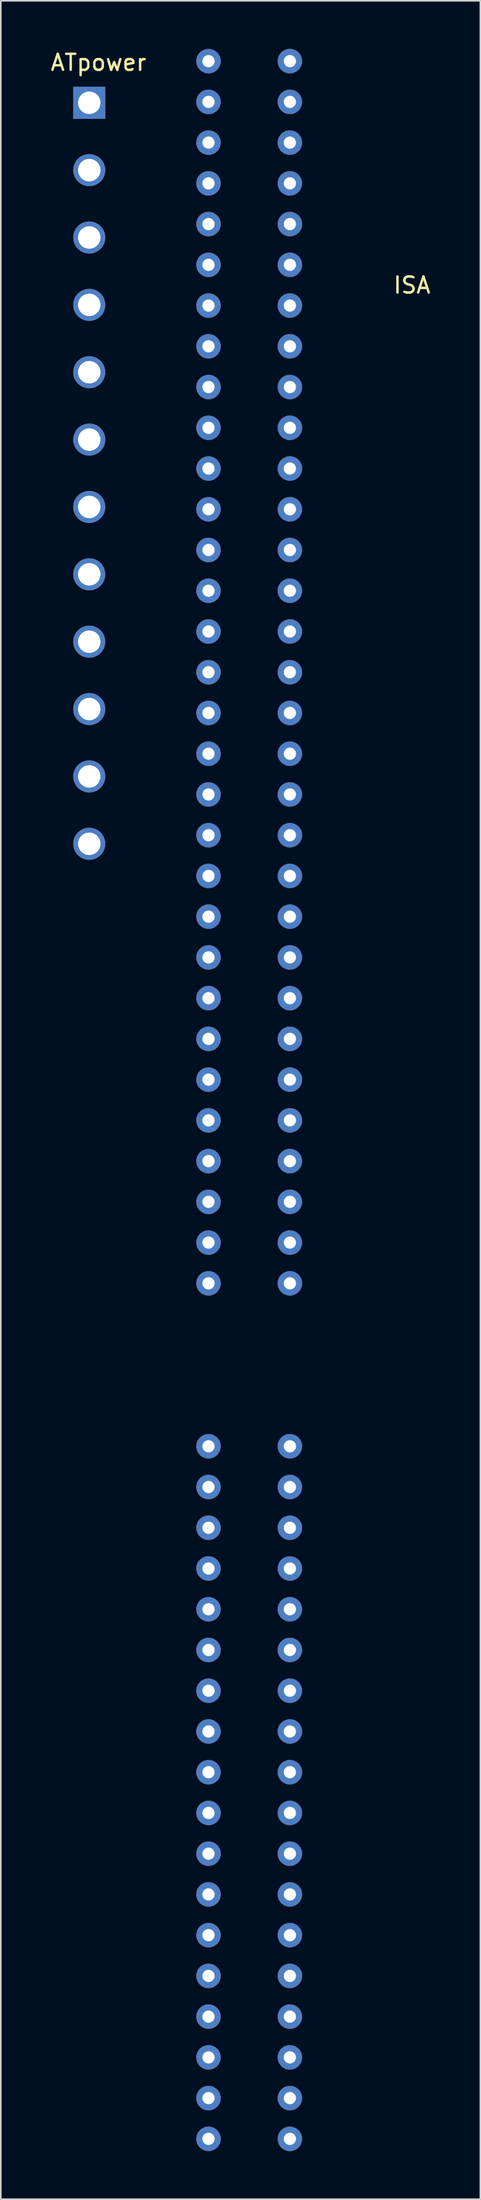
<source format=kicad_pcb>
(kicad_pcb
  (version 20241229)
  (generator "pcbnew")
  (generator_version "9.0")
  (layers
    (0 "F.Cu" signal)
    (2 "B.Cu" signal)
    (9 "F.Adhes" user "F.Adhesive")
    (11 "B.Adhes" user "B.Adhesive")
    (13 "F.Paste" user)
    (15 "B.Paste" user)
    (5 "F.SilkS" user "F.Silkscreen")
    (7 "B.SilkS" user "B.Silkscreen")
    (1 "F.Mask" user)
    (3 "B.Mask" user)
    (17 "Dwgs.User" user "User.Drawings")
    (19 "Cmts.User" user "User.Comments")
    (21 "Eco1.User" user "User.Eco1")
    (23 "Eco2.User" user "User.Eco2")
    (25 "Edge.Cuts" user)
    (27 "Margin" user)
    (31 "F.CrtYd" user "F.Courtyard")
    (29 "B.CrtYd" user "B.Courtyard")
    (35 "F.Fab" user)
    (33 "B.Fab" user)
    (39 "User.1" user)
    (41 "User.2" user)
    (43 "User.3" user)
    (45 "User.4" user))
  (footprint "ATpower"
    (layer "F.Cu")
    (at 3.101 0.348)
    (property "Reference" "ATpower" (at 0 0.5 0) (layer "F.SilkS") (effects (font (size 1 1) (thickness 0.15))))
    (attr through_hole)
    (pad "1" thru_hole rect (at -0.58 3.01) (size 2 2) (drill 1.4) (layers "*.Cu" "*.Mask"))
    (pad "2" thru_hole circle (at -0.58 7.21) (size 2 2) (drill 1.4) (layers "*.Cu" "*.Mask"))
    (pad "3" thru_hole circle (at -0.58 11.41) (size 2 2) (drill 1.4) (layers "*.Cu" "*.Mask"))
    (pad "4" thru_hole circle (at -0.58 15.61) (size 2 2) (drill 1.4) (layers "*.Cu" "*.Mask"))
    (pad "5" thru_hole circle (at -0.58 19.81) (size 2 2) (drill 1.4) (layers "*.Cu" "*.Mask"))
    (pad "6" thru_hole circle (at -0.58 24.01) (size 2 2) (drill 1.4) (layers "*.Cu" "*.Mask"))
    (pad "7" thru_hole circle (at -0.58 28.21) (size 2 2) (drill 1.4) (layers "*.Cu" "*.Mask"))
    (pad "8" thru_hole circle (at -0.58 32.41) (size 2 2) (drill 1.4) (layers "*.Cu" "*.Mask"))
    (pad "9" thru_hole circle (at -0.58 36.61) (size 2 2) (drill 1.4) (layers "*.Cu" "*.Mask"))
    (pad "10" thru_hole circle (at -0.58 40.81) (size 2 2) (drill 1.4) (layers "*.Cu" "*.Mask"))
    (pad "11" thru_hole circle (at -0.58 45.01) (size 2 2) (drill 1.4) (layers "*.Cu" "*.Mask"))
    (pad "12" thru_hole circle (at -0.58 49.21) (size 2 2) (drill 1.4) (layers "*.Cu" "*.Mask")))
  (footprint "ISA"
    (layer "F.Cu")
    (at 12.504 14.732)
    (property "Reference" "ISA" (at 10.16 0 0) (layer "F.SilkS") (effects (font (size 1 1) (thickness 0.15))))
    (attr through_hole)
    (pad "A1" thru_hole circle (at 2.54 -13.97) (size 1.524 1.524) (drill 0.762) (layers "*.Cu" "*.Mask"))
    (pad "A2" thru_hole circle (at 2.54 -11.43) (size 1.524 1.524) (drill 0.762) (layers "*.Cu" "*.Mask"))
    (pad "A3" thru_hole circle (at 2.54 -8.89) (size 1.524 1.524) (drill 0.762) (layers "*.Cu" "*.Mask"))
    (pad "A4" thru_hole circle (at 2.54 -6.35) (size 1.524 1.524) (drill 0.762) (layers "*.Cu" "*.Mask"))
    (pad "A5" thru_hole circle (at 2.54 -3.81) (size 1.524 1.524) (drill 0.762) (layers "*.Cu" "*.Mask"))
    (pad "A6" thru_hole circle (at 2.54 -1.27) (size 1.524 1.524) (drill 0.762) (layers "*.Cu" "*.Mask"))
    (pad "A7" thru_hole circle (at 2.54 1.27) (size 1.524 1.524) (drill 0.762) (layers "*.Cu" "*.Mask"))
    (pad "A8" thru_hole circle (at 2.54 3.81) (size 1.524 1.524) (drill 0.762) (layers "*.Cu" "*.Mask"))
    (pad "A9" thru_hole circle (at 2.54 6.35) (size 1.524 1.524) (drill 0.762) (layers "*.Cu" "*.Mask"))
    (pad "A10" thru_hole circle (at 2.54 8.89) (size 1.524 1.524) (drill 0.762) (layers "*.Cu" "*.Mask"))
    (pad "A11" thru_hole circle (at 2.54 11.43) (size 1.524 1.524) (drill 0.762) (layers "*.Cu" "*.Mask"))
    (pad "A12" thru_hole circle (at 2.54 13.97) (size 1.524 1.524) (drill 0.762) (layers "*.Cu" "*.Mask"))
    (pad "A13" thru_hole circle (at 2.54 16.51) (size 1.524 1.524) (drill 0.762) (layers "*.Cu" "*.Mask"))
    (pad "A14" thru_hole circle (at 2.54 19.05) (size 1.524 1.524) (drill 0.762) (layers "*.Cu" "*.Mask"))
    (pad "A15" thru_hole circle (at 2.54 21.59) (size 1.524 1.524) (drill 0.762) (layers "*.Cu" "*.Mask"))
    (pad "A16" thru_hole circle (at 2.54 24.13) (size 1.524 1.524) (drill 0.762) (layers "*.Cu" "*.Mask"))
    (pad "A17" thru_hole circle (at 2.54 26.67) (size 1.524 1.524) (drill 0.762) (layers "*.Cu" "*.Mask"))
    (pad "A18" thru_hole circle (at 2.54 29.21) (size 1.524 1.524) (drill 0.762) (layers "*.Cu" "*.Mask"))
    (pad "A19" thru_hole circle (at 2.54 31.75) (size 1.524 1.524) (drill 0.762) (layers "*.Cu" "*.Mask"))
    (pad "A20" thru_hole circle (at 2.54 34.29) (size 1.524 1.524) (drill 0.762) (layers "*.Cu" "*.Mask"))
    (pad "A21" thru_hole circle (at 2.54 36.83) (size 1.524 1.524) (drill 0.762) (layers "*.Cu" "*.Mask"))
    (pad "A22" thru_hole circle (at 2.54 39.37) (size 1.524 1.524) (drill 0.762) (layers "*.Cu" "*.Mask"))
    (pad "A23" thru_hole circle (at 2.54 41.91) (size 1.524 1.524) (drill 0.762) (layers "*.Cu" "*.Mask"))
    (pad "A24" thru_hole circle (at 2.54 44.45) (size 1.524 1.524) (drill 0.762) (layers "*.Cu" "*.Mask"))
    (pad "A25" thru_hole circle (at 2.54 46.99) (size 1.524 1.524) (drill 0.762) (layers "*.Cu" "*.Mask"))
    (pad "A26" thru_hole circle (at 2.54 49.53) (size 1.524 1.524) (drill 0.762) (layers "*.Cu" "*.Mask"))
    (pad "A27" thru_hole circle (at 2.54 52.07) (size 1.524 1.524) (drill 0.762) (layers "*.Cu" "*.Mask"))
    (pad "A28" thru_hole circle (at 2.54 54.61) (size 1.524 1.524) (drill 0.762) (layers "*.Cu" "*.Mask"))
    (pad "A29" thru_hole circle (at 2.54 57.15) (size 1.524 1.524) (drill 0.762) (layers "*.Cu" "*.Mask"))
    (pad "A30" thru_hole circle (at 2.54 59.69) (size 1.524 1.524) (drill 0.762) (layers "*.Cu" "*.Mask"))
    (pad "A31" thru_hole circle (at 2.54 62.23) (size 1.524 1.524) (drill 0.762) (layers "*.Cu" "*.Mask"))
    (pad "B1" thru_hole circle (at -2.54 -13.97) (size 1.524 1.524) (drill 0.762) (layers "*.Cu" "*.Mask"))
    (pad "B2" thru_hole circle (at -2.54 -11.43) (size 1.524 1.524) (drill 0.762) (layers "*.Cu" "*.Mask"))
    (pad "B3" thru_hole circle (at -2.54 -8.89) (size 1.524 1.524) (drill 0.762) (layers "*.Cu" "*.Mask"))
    (pad "B4" thru_hole circle (at -2.54 -6.35) (size 1.524 1.524) (drill 0.762) (layers "*.Cu" "*.Mask"))
    (pad "B5" thru_hole circle (at -2.54 -3.81) (size 1.524 1.524) (drill 0.762) (layers "*.Cu" "*.Mask"))
    (pad "B6" thru_hole circle (at -2.54 -1.27) (size 1.524 1.524) (drill 0.762) (layers "*.Cu" "*.Mask"))
    (pad "B7" thru_hole circle (at -2.54 1.27) (size 1.524 1.524) (drill 0.762) (layers "*.Cu" "*.Mask"))
    (pad "B8" thru_hole circle (at -2.54 3.81) (size 1.524 1.524) (drill 0.762) (layers "*.Cu" "*.Mask"))
    (pad "B9" thru_hole circle (at -2.54 6.35) (size 1.524 1.524) (drill 0.762) (layers "*.Cu" "*.Mask"))
    (pad "B10" thru_hole circle (at -2.54 8.89) (size 1.524 1.524) (drill 0.762) (layers "*.Cu" "*.Mask"))
    (pad "B11" thru_hole circle (at -2.54 11.43) (size 1.524 1.524) (drill 0.762) (layers "*.Cu" "*.Mask"))
    (pad "B12" thru_hole circle (at -2.54 13.97) (size 1.524 1.524) (drill 0.762) (layers "*.Cu" "*.Mask"))
    (pad "B13" thru_hole circle (at -2.54 16.51) (size 1.524 1.524) (drill 0.762) (layers "*.Cu" "*.Mask"))
    (pad "B14" thru_hole circle (at -2.54 19.05) (size 1.524 1.524) (drill 0.762) (layers "*.Cu" "*.Mask"))
    (pad "B15" thru_hole circle (at -2.54 21.59) (size 1.524 1.524) (drill 0.762) (layers "*.Cu" "*.Mask"))
    (pad "B16" thru_hole circle (at -2.54 24.13) (size 1.524 1.524) (drill 0.762) (layers "*.Cu" "*.Mask"))
    (pad "B17" thru_hole circle (at -2.54 26.67) (size 1.524 1.524) (drill 0.762) (layers "*.Cu" "*.Mask"))
    (pad "B18" thru_hole circle (at -2.54 29.21) (size 1.524 1.524) (drill 0.762) (layers "*.Cu" "*.Mask"))
    (pad "B19" thru_hole circle (at -2.54 31.75) (size 1.524 1.524) (drill 0.762) (layers "*.Cu" "*.Mask"))
    (pad "B20" thru_hole circle (at -2.54 34.29) (size 1.524 1.524) (drill 0.762) (layers "*.Cu" "*.Mask"))
    (pad "B21" thru_hole circle (at -2.54 36.83) (size 1.524 1.524) (drill 0.762) (layers "*.Cu" "*.Mask"))
    (pad "B22" thru_hole circle (at -2.54 39.37) (size 1.524 1.524) (drill 0.762) (layers "*.Cu" "*.Mask"))
    (pad "B23" thru_hole circle (at -2.54 41.91) (size 1.524 1.524) (drill 0.762) (layers "*.Cu" "*.Mask"))
    (pad "B24" thru_hole circle (at -2.54 44.45) (size 1.524 1.524) (drill 0.762) (layers "*.Cu" "*.Mask"))
    (pad "B25" thru_hole circle (at -2.54 46.99) (size 1.524 1.524) (drill 0.762) (layers "*.Cu" "*.Mask"))
    (pad "B26" thru_hole circle (at -2.54 49.53) (size 1.524 1.524) (drill 0.762) (layers "*.Cu" "*.Mask"))
    (pad "B27" thru_hole circle (at -2.54 52.07) (size 1.524 1.524) (drill 0.762) (layers "*.Cu" "*.Mask"))
    (pad "B28" thru_hole circle (at -2.54 54.61) (size 1.524 1.524) (drill 0.762) (layers "*.Cu" "*.Mask"))
    (pad "B29" thru_hole circle (at -2.54 57.15) (size 1.524 1.524) (drill 0.762) (layers "*.Cu" "*.Mask"))
    (pad "B30" thru_hole circle (at -2.54 59.69) (size 1.524 1.524) (drill 0.762) (layers "*.Cu" "*.Mask"))
    (pad "B31" thru_hole circle (at -2.54 62.23) (size 1.524 1.524) (drill 0.762) (layers "*.Cu" "*.Mask"))
    (pad "C1" thru_hole circle (at 2.54 72.39) (size 1.524 1.524) (drill 0.762) (layers "*.Cu" "*.Mask"))
    (pad "C2" thru_hole circle (at 2.54 74.93) (size 1.524 1.524) (drill 0.762) (layers "*.Cu" "*.Mask"))
    (pad "C3" thru_hole circle (at 2.54 77.47) (size 1.524 1.524) (drill 0.762) (layers "*.Cu" "*.Mask"))
    (pad "C4" thru_hole circle (at 2.54 80.01) (size 1.524 1.524) (drill 0.762) (layers "*.Cu" "*.Mask"))
    (pad "C5" thru_hole circle (at 2.54 82.55) (size 1.524 1.524) (drill 0.762) (layers "*.Cu" "*.Mask"))
    (pad "C6" thru_hole circle (at 2.54 85.09) (size 1.524 1.524) (drill 0.762) (layers "*.Cu" "*.Mask"))
    (pad "C7" thru_hole circle (at 2.54 87.63) (size 1.524 1.524) (drill 0.762) (layers "*.Cu" "*.Mask"))
    (pad "C8" thru_hole circle (at 2.54 90.17) (size 1.524 1.524) (drill 0.762) (layers "*.Cu" "*.Mask"))
    (pad "C9" thru_hole circle (at 2.54 92.71) (size 1.524 1.524) (drill 0.762) (layers "*.Cu" "*.Mask"))
    (pad "C10" thru_hole circle (at 2.54 95.25) (size 1.524 1.524) (drill 0.762) (layers "*.Cu" "*.Mask"))
    (pad "C11" thru_hole circle (at 2.54 97.79) (size 1.524 1.524) (drill 0.762) (layers "*.Cu" "*.Mask"))
    (pad "C12" thru_hole circle (at 2.54 100.33) (size 1.524 1.524) (drill 0.762) (layers "*.Cu" "*.Mask"))
    (pad "C13" thru_hole circle (at 2.54 102.87) (size 1.524 1.524) (drill 0.762) (layers "*.Cu" "*.Mask"))
    (pad "C14" thru_hole circle (at 2.54 105.41) (size 1.524 1.524) (drill 0.762) (layers "*.Cu" "*.Mask"))
    (pad "C15" thru_hole circle (at 2.54 107.95) (size 1.524 1.524) (drill 0.762) (layers "*.Cu" "*.Mask"))
    (pad "C16" thru_hole circle (at 2.54 110.49) (size 1.524 1.524) (drill 0.762) (layers "*.Cu" "*.Mask"))
    (pad "C17" thru_hole circle (at 2.54 113.03) (size 1.524 1.524) (drill 0.762) (layers "*.Cu" "*.Mask"))
    (pad "C18" thru_hole circle (at 2.54 115.57) (size 1.524 1.524) (drill 0.762) (layers "*.Cu" "*.Mask"))
    (pad "D1" thru_hole circle (at -2.54 72.39) (size 1.524 1.524) (drill 0.762) (layers "*.Cu" "*.Mask"))
    (pad "D2" thru_hole circle (at -2.54 74.93) (size 1.524 1.524) (drill 0.762) (layers "*.Cu" "*.Mask"))
    (pad "D3" thru_hole circle (at -2.54 77.47) (size 1.524 1.524) (drill 0.762) (layers "*.Cu" "*.Mask"))
    (pad "D4" thru_hole circle (at -2.54 80.01) (size 1.524 1.524) (drill 0.762) (layers "*.Cu" "*.Mask"))
    (pad "D5" thru_hole circle (at -2.54 82.55) (size 1.524 1.524) (drill 0.762) (layers "*.Cu" "*.Mask"))
    (pad "D6" thru_hole circle (at -2.54 85.09) (size 1.524 1.524) (drill 0.762) (layers "*.Cu" "*.Mask"))
    (pad "D7" thru_hole circle (at -2.54 87.63) (size 1.524 1.524) (drill 0.762) (layers "*.Cu" "*.Mask"))
    (pad "D8" thru_hole circle (at -2.54 90.17) (size 1.524 1.524) (drill 0.762) (layers "*.Cu" "*.Mask"))
    (pad "D9" thru_hole circle (at -2.54 92.71) (size 1.524 1.524) (drill 0.762) (layers "*.Cu" "*.Mask"))
    (pad "D10" thru_hole circle (at -2.54 95.25) (size 1.524 1.524) (drill 0.762) (layers "*.Cu" "*.Mask"))
    (pad "D11" thru_hole circle (at -2.54 97.79) (size 1.524 1.524) (drill 0.762) (layers "*.Cu" "*.Mask"))
    (pad "D12" thru_hole circle (at -2.54 100.33) (size 1.524 1.524) (drill 0.762) (layers "*.Cu" "*.Mask"))
    (pad "D13" thru_hole circle (at -2.54 102.87) (size 1.524 1.524) (drill 0.762) (layers "*.Cu" "*.Mask"))
    (pad "D14" thru_hole circle (at -2.54 105.41) (size 1.524 1.524) (drill 0.762) (layers "*.Cu" "*.Mask"))
    (pad "D15" thru_hole circle (at -2.54 107.95) (size 1.524 1.524) (drill 0.762) (layers "*.Cu" "*.Mask"))
    (pad "D16" thru_hole circle (at -2.54 110.49) (size 1.524 1.524) (drill 0.762) (layers "*.Cu" "*.Mask"))
    (pad "D17" thru_hole circle (at -2.54 113.03) (size 1.524 1.524) (drill 0.762) (layers "*.Cu" "*.Mask"))
    (pad "D18" thru_hole circle (at -2.54 115.57) (size 1.524 1.524) (drill 0.762) (layers "*.Cu" "*.Mask")))
  (gr_rect
    (start -3 -3)
    (end 26.932 134.064)
    (stroke (width 0.1) (type default))
    (fill no)
    (layer "Edge.Cuts")))
</source>
